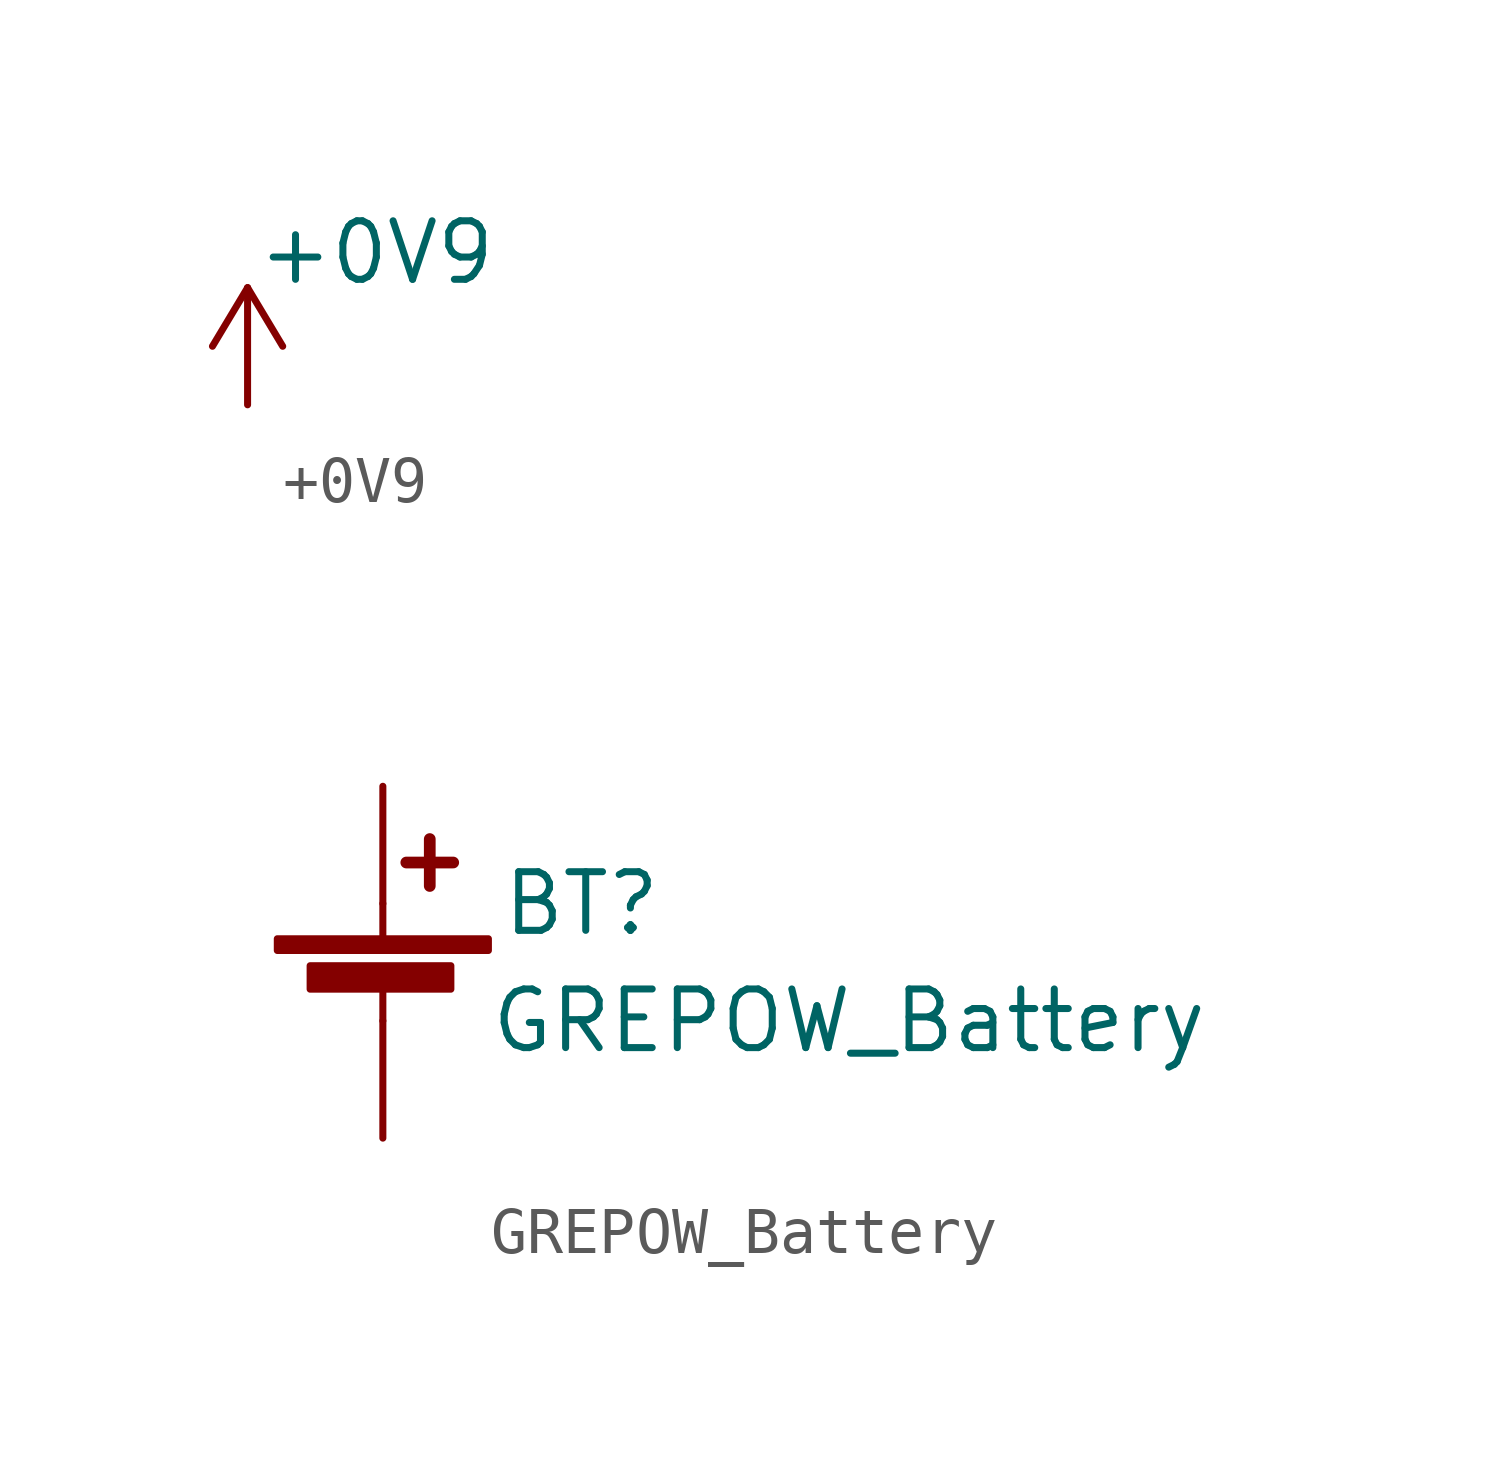
<source format=kicad_sym>
(kicad_symbol_lib
  (version 20211014)
  (generator kicad_symbol_editor)
  (symbol "+0V9"
    (power)
    (property "Reference" "#PWR"
      (at 4.572 -1.27 0)
      (effects (font (size 1.27 1.27)) hide))
    (property "Value" "+0V9"
      (at 2.794 3.302 0)
      (effects (font (size 1.27 1.27))))
    (symbol "+0V9_0_1"
      (polyline (pts (xy 0 0) (xy 0 2.54)) (stroke (width 0) (type default) (color 0 0 0 0)) (fill (type none)))
      (polyline (pts (xy 0 2.54) (xy -0.762 1.27)) (stroke (width 0) (type default) (color 0 0 0 0)) (fill (type none)))
      (polyline (pts (xy 0 2.54) (xy 0.762 1.27)) (stroke (width 0) (type default) (color 0 0 0 0)) (fill (type none))))
    (symbol "+0V9_1_1"
      (pin power_in line (at 0 0 90) (length 2.54) hide (name "+0V9" (effects (font (size 1.27 1.27)))) (number "1" (effects (font (size 1.27 1.27)))))))
  (symbol "GREPOW_Battery"
    (pin_numbers hide)
    (pin_names
      (offset 0) hide)
    (property "Reference" "BT"
      (at 2.54 2.54 0)
      (effects (font (size 1.27 1.27)) (justify left)))
    (property "Value" "GREPOW_Battery"
      (at 2.286 0 0)
      (effects (font (size 1.27 1.27)) (justify left)))
    (symbol "GREPOW_Battery_0_1"
      (rectangle (start -2.286 1.778) (end 2.286 1.524) (stroke (width 0) (type default) (color 0 0 0 0)) (fill (type outline)))
      (rectangle (start -1.575 1.194) (end 1.473 0.686) (stroke (width 0) (type default) (color 0 0 0 0)) (fill (type outline)))
      (polyline (pts (xy 0 0.762) (xy 0 0)) (stroke (width 0) (type default) (color 0 0 0 0)) (fill (type none)))
      (polyline (pts (xy 0 1.778) (xy 0 2.54)) (stroke (width 0) (type default) (color 0 0 0 0)) (fill (type none)))
      (polyline (pts (xy 0.508 3.429) (xy 1.524 3.429)) (stroke (width 0.254) (type default) (color 0 0 0 0)) (fill (type none)))
      (polyline (pts (xy 1.016 3.937) (xy 1.016 2.921)) (stroke (width 0.254) (type default) (color 0 0 0 0)) (fill (type none))))
    (symbol "GREPOW_Battery_1_1"
      (pin passive line (at 0 5.08 270) (length 2.54) (name "+" (effects (font (size 1.27 1.27)))) (number "1" (effects (font (size 1.27 1.27)))))
      (pin passive line (at 0 -2.54 90) (length 2.54) (name "-" (effects (font (size 1.27 1.27)))) (number "2" (effects (font (size 1.27 1.27))))))))
</source>
